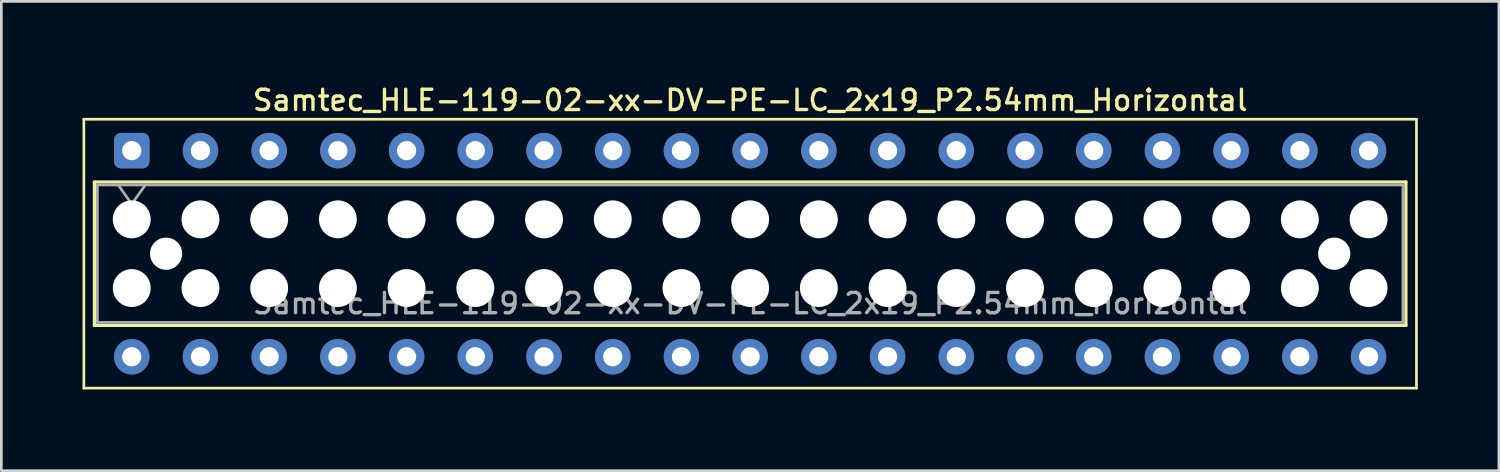
<source format=kicad_pcb>
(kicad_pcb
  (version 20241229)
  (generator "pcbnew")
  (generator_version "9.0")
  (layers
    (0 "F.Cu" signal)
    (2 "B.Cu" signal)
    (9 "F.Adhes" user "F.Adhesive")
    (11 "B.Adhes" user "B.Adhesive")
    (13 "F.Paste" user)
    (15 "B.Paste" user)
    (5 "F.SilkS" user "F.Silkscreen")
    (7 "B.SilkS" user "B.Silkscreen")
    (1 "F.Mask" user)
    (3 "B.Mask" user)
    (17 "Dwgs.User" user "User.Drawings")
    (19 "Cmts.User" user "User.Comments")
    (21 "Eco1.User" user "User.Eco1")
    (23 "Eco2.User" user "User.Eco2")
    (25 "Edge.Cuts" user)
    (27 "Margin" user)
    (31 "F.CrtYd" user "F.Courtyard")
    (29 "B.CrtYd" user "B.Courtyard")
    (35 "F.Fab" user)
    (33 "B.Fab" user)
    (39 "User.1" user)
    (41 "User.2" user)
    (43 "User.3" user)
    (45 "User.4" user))
  (footprint "Samtec_HLE-119-02-xx-DV-PE-LC_2x19_P2.54mm_Horizontal"
    (layer "F.Cu")
    (at 1.82 2.518)
    (property "Reference" "Samtec_HLE-119-02-xx-DV-PE-LC_2x19_P2.54mm_Horizontal" (at 22.86 -1.86 0) (layer "F.SilkS") (effects (font (size 0.75 0.75) (thickness 0.125))))
    (attr through_hole)
    (fp_line (start -1.77 -1.16) (end 47.49 -1.16) (stroke (width 0.1) (type solid)) (layer "F.SilkS"))
    (fp_line (start -1.77 8.78) (end -1.77 -1.16) (stroke (width 0.1) (type solid)) (layer "F.SilkS"))
    (fp_line (start -1.38 1.16) (end 47.1 1.16) (stroke (width 0.12) (type solid)) (layer "F.SilkS"))
    (fp_line (start -1.38 6.46) (end -1.38 1.16) (stroke (width 0.12) (type solid)) (layer "F.SilkS"))
    (fp_line (start 47.1 1.16) (end 47.1 6.46) (stroke (width 0.12) (type solid)) (layer "F.SilkS"))
    (fp_line (start 47.1 6.46) (end -1.38 6.46) (stroke (width 0.12) (type solid)) (layer "F.SilkS"))
    (fp_line (start 47.49 -1.16) (end 47.49 8.78) (stroke (width 0.1) (type solid)) (layer "F.SilkS"))
    (fp_line (start 47.49 8.78) (end -1.77 8.78) (stroke (width 0.1) (type solid)) (layer "F.SilkS"))
    (fp_line (start -1.27 1.27) (end 46.99 1.27) (stroke (width 0.1) (type solid)) (layer "F.Fab"))
    (fp_line (start -1.27 6.35) (end -1.27 1.27) (stroke (width 0.1) (type solid)) (layer "F.Fab"))
    (fp_line (start -0.5 1.27) (end 0 1.977) (stroke (width 0.1) (type solid)) (layer "F.Fab"))
    (fp_line (start 0 1.977) (end 0.5 1.27) (stroke (width 0.1) (type solid)) (layer "F.Fab"))
    (fp_line (start 46.99 1.27) (end 46.99 6.35) (stroke (width 0.1) (type solid)) (layer "F.Fab"))
    (fp_line (start 46.99 6.35) (end -1.27 6.35) (stroke (width 0.1) (type solid)) (layer "F.Fab"))
    (fp_text user "${REFERENCE}" (at 22.86 5.65 0) (layer "F.Fab") (effects (font (size 0.75 0.75) (thickness 0.125))))
    (pad "" np_thru_hole circle (at 0 2.54) (size 1.4 1.4) (drill 1.4) (layers "*.Cu" "*.Mask"))
    (pad "" np_thru_hole circle (at 0 5.08) (size 1.4 1.4) (drill 1.4) (layers "*.Cu" "*.Mask"))
    (pad "" np_thru_hole circle (at 1.27 3.81) (size 1.19 1.19) (drill 1.19) (layers "*.Cu" "*.Mask"))
    (pad "" np_thru_hole circle (at 2.54 2.54) (size 1.4 1.4) (drill 1.4) (layers "*.Cu" "*.Mask"))
    (pad "" np_thru_hole circle (at 2.54 5.08) (size 1.4 1.4) (drill 1.4) (layers "*.Cu" "*.Mask"))
    (pad "" np_thru_hole circle (at 5.08 2.54) (size 1.4 1.4) (drill 1.4) (layers "*.Cu" "*.Mask"))
    (pad "" np_thru_hole circle (at 5.08 5.08) (size 1.4 1.4) (drill 1.4) (layers "*.Cu" "*.Mask"))
    (pad "" np_thru_hole circle (at 7.62 2.54) (size 1.4 1.4) (drill 1.4) (layers "*.Cu" "*.Mask"))
    (pad "" np_thru_hole circle (at 7.62 5.08) (size 1.4 1.4) (drill 1.4) (layers "*.Cu" "*.Mask"))
    (pad "" np_thru_hole circle (at 10.16 2.54) (size 1.4 1.4) (drill 1.4) (layers "*.Cu" "*.Mask"))
    (pad "" np_thru_hole circle (at 10.16 5.08) (size 1.4 1.4) (drill 1.4) (layers "*.Cu" "*.Mask"))
    (pad "" np_thru_hole circle (at 12.7 2.54) (size 1.4 1.4) (drill 1.4) (layers "*.Cu" "*.Mask"))
    (pad "" np_thru_hole circle (at 12.7 5.08) (size 1.4 1.4) (drill 1.4) (layers "*.Cu" "*.Mask"))
    (pad "" np_thru_hole circle (at 15.24 2.54) (size 1.4 1.4) (drill 1.4) (layers "*.Cu" "*.Mask"))
    (pad "" np_thru_hole circle (at 15.24 5.08) (size 1.4 1.4) (drill 1.4) (layers "*.Cu" "*.Mask"))
    (pad "" np_thru_hole circle (at 17.78 2.54) (size 1.4 1.4) (drill 1.4) (layers "*.Cu" "*.Mask"))
    (pad "" np_thru_hole circle (at 17.78 5.08) (size 1.4 1.4) (drill 1.4) (layers "*.Cu" "*.Mask"))
    (pad "" np_thru_hole circle (at 20.32 2.54) (size 1.4 1.4) (drill 1.4) (layers "*.Cu" "*.Mask"))
    (pad "" np_thru_hole circle (at 20.32 5.08) (size 1.4 1.4) (drill 1.4) (layers "*.Cu" "*.Mask"))
    (pad "" np_thru_hole circle (at 22.86 2.54) (size 1.4 1.4) (drill 1.4) (layers "*.Cu" "*.Mask"))
    (pad "" np_thru_hole circle (at 22.86 5.08) (size 1.4 1.4) (drill 1.4) (layers "*.Cu" "*.Mask"))
    (pad "" np_thru_hole circle (at 25.4 2.54) (size 1.4 1.4) (drill 1.4) (layers "*.Cu" "*.Mask"))
    (pad "" np_thru_hole circle (at 25.4 5.08) (size 1.4 1.4) (drill 1.4) (layers "*.Cu" "*.Mask"))
    (pad "" np_thru_hole circle (at 27.94 2.54) (size 1.4 1.4) (drill 1.4) (layers "*.Cu" "*.Mask"))
    (pad "" np_thru_hole circle (at 27.94 5.08) (size 1.4 1.4) (drill 1.4) (layers "*.Cu" "*.Mask"))
    (pad "" np_thru_hole circle (at 30.48 2.54) (size 1.4 1.4) (drill 1.4) (layers "*.Cu" "*.Mask"))
    (pad "" np_thru_hole circle (at 30.48 5.08) (size 1.4 1.4) (drill 1.4) (layers "*.Cu" "*.Mask"))
    (pad "" np_thru_hole circle (at 33.02 2.54) (size 1.4 1.4) (drill 1.4) (layers "*.Cu" "*.Mask"))
    (pad "" np_thru_hole circle (at 33.02 5.08) (size 1.4 1.4) (drill 1.4) (layers "*.Cu" "*.Mask"))
    (pad "" np_thru_hole circle (at 35.56 2.54) (size 1.4 1.4) (drill 1.4) (layers "*.Cu" "*.Mask"))
    (pad "" np_thru_hole circle (at 35.56 5.08) (size 1.4 1.4) (drill 1.4) (layers "*.Cu" "*.Mask"))
    (pad "" np_thru_hole circle (at 38.1 2.54) (size 1.4 1.4) (drill 1.4) (layers "*.Cu" "*.Mask"))
    (pad "" np_thru_hole circle (at 38.1 5.08) (size 1.4 1.4) (drill 1.4) (layers "*.Cu" "*.Mask"))
    (pad "" np_thru_hole circle (at 40.64 2.54) (size 1.4 1.4) (drill 1.4) (layers "*.Cu" "*.Mask"))
    (pad "" np_thru_hole circle (at 40.64 5.08) (size 1.4 1.4) (drill 1.4) (layers "*.Cu" "*.Mask"))
    (pad "" np_thru_hole circle (at 43.18 2.54) (size 1.4 1.4) (drill 1.4) (layers "*.Cu" "*.Mask"))
    (pad "" np_thru_hole circle (at 43.18 5.08) (size 1.4 1.4) (drill 1.4) (layers "*.Cu" "*.Mask"))
    (pad "" np_thru_hole circle (at 44.45 3.81) (size 1.19 1.19) (drill 1.19) (layers "*.Cu" "*.Mask"))
    (pad "" np_thru_hole circle (at 45.72 2.54) (size 1.4 1.4) (drill 1.4) (layers "*.Cu" "*.Mask"))
    (pad "" np_thru_hole circle (at 45.72 5.08) (size 1.4 1.4) (drill 1.4) (layers "*.Cu" "*.Mask"))
    (pad "1" thru_hole roundrect (at 0 0) (size 1.31 1.31) (drill 0.71) (layers "*.Cu" "*.Mask") (roundrect_rratio 0.191))
    (pad "2" thru_hole circle (at 0 7.62) (size 1.31 1.31) (drill 0.71) (layers "*.Cu" "*.Mask"))
    (pad "3" thru_hole circle (at 2.54 0) (size 1.31 1.31) (drill 0.71) (layers "*.Cu" "*.Mask"))
    (pad "4" thru_hole circle (at 2.54 7.62) (size 1.31 1.31) (drill 0.71) (layers "*.Cu" "*.Mask"))
    (pad "5" thru_hole circle (at 5.08 0) (size 1.31 1.31) (drill 0.71) (layers "*.Cu" "*.Mask"))
    (pad "6" thru_hole circle (at 5.08 7.62) (size 1.31 1.31) (drill 0.71) (layers "*.Cu" "*.Mask"))
    (pad "7" thru_hole circle (at 7.62 0) (size 1.31 1.31) (drill 0.71) (layers "*.Cu" "*.Mask"))
    (pad "8" thru_hole circle (at 7.62 7.62) (size 1.31 1.31) (drill 0.71) (layers "*.Cu" "*.Mask"))
    (pad "9" thru_hole circle (at 10.16 0) (size 1.31 1.31) (drill 0.71) (layers "*.Cu" "*.Mask"))
    (pad "10" thru_hole circle (at 10.16 7.62) (size 1.31 1.31) (drill 0.71) (layers "*.Cu" "*.Mask"))
    (pad "11" thru_hole circle (at 12.7 0) (size 1.31 1.31) (drill 0.71) (layers "*.Cu" "*.Mask"))
    (pad "12" thru_hole circle (at 12.7 7.62) (size 1.31 1.31) (drill 0.71) (layers "*.Cu" "*.Mask"))
    (pad "13" thru_hole circle (at 15.24 0) (size 1.31 1.31) (drill 0.71) (layers "*.Cu" "*.Mask"))
    (pad "14" thru_hole circle (at 15.24 7.62) (size 1.31 1.31) (drill 0.71) (layers "*.Cu" "*.Mask"))
    (pad "15" thru_hole circle (at 17.78 0) (size 1.31 1.31) (drill 0.71) (layers "*.Cu" "*.Mask"))
    (pad "16" thru_hole circle (at 17.78 7.62) (size 1.31 1.31) (drill 0.71) (layers "*.Cu" "*.Mask"))
    (pad "17" thru_hole circle (at 20.32 0) (size 1.31 1.31) (drill 0.71) (layers "*.Cu" "*.Mask"))
    (pad "18" thru_hole circle (at 20.32 7.62) (size 1.31 1.31) (drill 0.71) (layers "*.Cu" "*.Mask"))
    (pad "19" thru_hole circle (at 22.86 0) (size 1.31 1.31) (drill 0.71) (layers "*.Cu" "*.Mask"))
    (pad "20" thru_hole circle (at 22.86 7.62) (size 1.31 1.31) (drill 0.71) (layers "*.Cu" "*.Mask"))
    (pad "21" thru_hole circle (at 25.4 0) (size 1.31 1.31) (drill 0.71) (layers "*.Cu" "*.Mask"))
    (pad "22" thru_hole circle (at 25.4 7.62) (size 1.31 1.31) (drill 0.71) (layers "*.Cu" "*.Mask"))
    (pad "23" thru_hole circle (at 27.94 0) (size 1.31 1.31) (drill 0.71) (layers "*.Cu" "*.Mask"))
    (pad "24" thru_hole circle (at 27.94 7.62) (size 1.31 1.31) (drill 0.71) (layers "*.Cu" "*.Mask"))
    (pad "25" thru_hole circle (at 30.48 0) (size 1.31 1.31) (drill 0.71) (layers "*.Cu" "*.Mask"))
    (pad "26" thru_hole circle (at 30.48 7.62) (size 1.31 1.31) (drill 0.71) (layers "*.Cu" "*.Mask"))
    (pad "27" thru_hole circle (at 33.02 0) (size 1.31 1.31) (drill 0.71) (layers "*.Cu" "*.Mask"))
    (pad "28" thru_hole circle (at 33.02 7.62) (size 1.31 1.31) (drill 0.71) (layers "*.Cu" "*.Mask"))
    (pad "29" thru_hole circle (at 35.56 0) (size 1.31 1.31) (drill 0.71) (layers "*.Cu" "*.Mask"))
    (pad "30" thru_hole circle (at 35.56 7.62) (size 1.31 1.31) (drill 0.71) (layers "*.Cu" "*.Mask"))
    (pad "31" thru_hole circle (at 38.1 0) (size 1.31 1.31) (drill 0.71) (layers "*.Cu" "*.Mask"))
    (pad "32" thru_hole circle (at 38.1 7.62) (size 1.31 1.31) (drill 0.71) (layers "*.Cu" "*.Mask"))
    (pad "33" thru_hole circle (at 40.64 0) (size 1.31 1.31) (drill 0.71) (layers "*.Cu" "*.Mask"))
    (pad "34" thru_hole circle (at 40.64 7.62) (size 1.31 1.31) (drill 0.71) (layers "*.Cu" "*.Mask"))
    (pad "35" thru_hole circle (at 43.18 0) (size 1.31 1.31) (drill 0.71) (layers "*.Cu" "*.Mask"))
    (pad "36" thru_hole circle (at 43.18 7.62) (size 1.31 1.31) (drill 0.71) (layers "*.Cu" "*.Mask"))
    (pad "37" thru_hole circle (at 45.72 0) (size 1.31 1.31) (drill 0.71) (layers "*.Cu" "*.Mask"))
    (pad "38" thru_hole circle (at 45.72 7.62) (size 1.31 1.31) (drill 0.71) (layers "*.Cu" "*.Mask")))
  (gr_rect
    (start -3 -3)
    (end 52.36 14.348)
    (stroke (width 0.1) (type default))
    (fill no)
    (layer "Edge.Cuts")))
</source>
